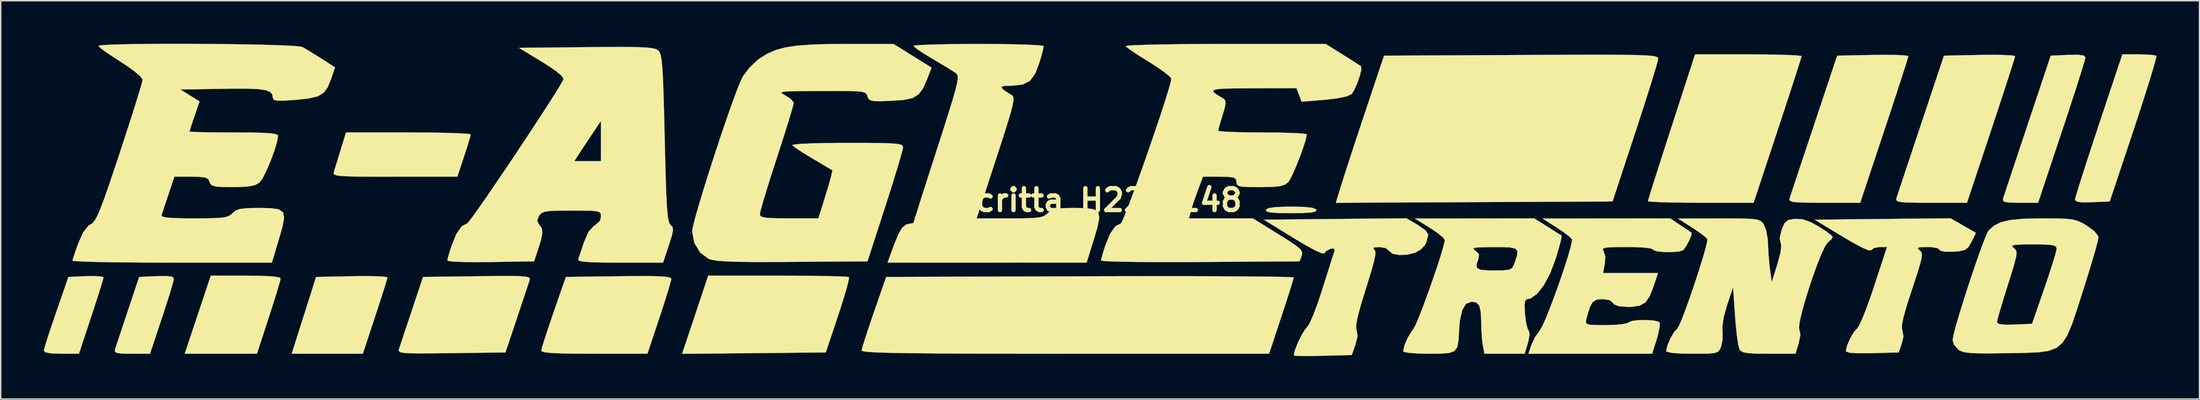
<source format=kicad_pcb>
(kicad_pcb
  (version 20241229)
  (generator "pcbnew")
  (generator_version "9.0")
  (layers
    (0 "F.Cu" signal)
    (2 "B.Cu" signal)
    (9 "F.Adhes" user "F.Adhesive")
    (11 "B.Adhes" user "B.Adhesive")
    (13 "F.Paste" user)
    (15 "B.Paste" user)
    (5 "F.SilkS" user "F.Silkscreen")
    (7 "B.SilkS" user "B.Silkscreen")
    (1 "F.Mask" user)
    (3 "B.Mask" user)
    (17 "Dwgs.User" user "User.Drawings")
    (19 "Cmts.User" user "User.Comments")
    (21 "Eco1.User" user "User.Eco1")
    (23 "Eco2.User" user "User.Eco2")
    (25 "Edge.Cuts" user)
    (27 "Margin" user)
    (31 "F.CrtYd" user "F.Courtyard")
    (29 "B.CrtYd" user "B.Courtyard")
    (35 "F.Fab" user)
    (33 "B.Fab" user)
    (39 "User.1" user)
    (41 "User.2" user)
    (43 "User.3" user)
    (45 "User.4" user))
  (footprint "Scritta_H22_L148"
    (layer "F.Cu")
    (at 73.471 10.899)
    (property "Reference" "Scritta_H22_L148" (at 0 0 0) (layer "F.SilkS") (effects (font (size 1.524 1.524) (thickness 0.3))))
    (attr through_hole)
    (fp_poly (pts (xy -58.282 5.276) (xy -57.5 5.318) (xy -57.063 5.387) (xy -56.969 5.454) (xy -57.022 5.687) (xy -57.171 6.198) (xy -57.393 6.921) (xy -57.669 7.788) (xy -57.795 8.176) (xy -58.621 10.704) (xy -63.654 10.704) (xy -62.745 7.983) (xy -61.836 5.261) (xy -59.402 5.261) (xy -58.282 5.276)) (stroke (width 0.01) (type solid)) (fill yes) (layer "F.SilkS"))
    (fp_poly (pts (xy -50.358 5.303) (xy -49.813 5.329) (xy -49.546 5.371) (xy -49.53 5.386) (xy -49.584 5.597) (xy -49.734 6.088) (xy -49.958 6.797) (xy -50.238 7.659) (xy -50.387 8.112) (xy -51.244 10.704) (xy -56.201 10.704) (xy -55.351 8.028) (xy -54.502 5.352) (xy -52.016 5.302) (xy -51.114 5.293) (xy -50.358 5.303)) (stroke (width 0.01) (type solid)) (fill yes) (layer "F.SilkS"))
    (fp_poly (pts (xy -21.039 5.265) (xy -19.87 5.276) (xy -18.87 5.292) (xy -18.089 5.313) (xy -17.574 5.337) (xy -17.374 5.365) (xy -17.393 5.564) (xy -17.512 6.043) (xy -17.715 6.741) (xy -17.984 7.594) (xy -18.131 8.041) (xy -18.991 10.614) (xy -29.003 10.71) (xy -28.093 7.986) (xy -27.183 5.261) (xy -22.33 5.261) (xy -21.039 5.265)) (stroke (width 0.01) (type solid)) (fill yes) (layer "F.SilkS"))
    (fp_poly (pts (xy 14.323 0.472) (xy 14.891 0.531) (xy 15.164 0.634) (xy 15.195 0.68) (xy 15.138 0.788) (xy 14.854 0.858) (xy 14.296 0.896) (xy 13.426 0.907) (xy 12.552 0.896) (xy 11.996 0.858) (xy 11.712 0.788) (xy 11.657 0.68) (xy 11.836 0.561) (xy 12.301 0.488) (xy 13.082 0.456) (xy 13.426 0.454) (xy 14.323 0.472)) (stroke (width 0.01) (type solid)) (fill yes) (layer "F.SilkS"))
    (fp_poly (pts (xy -69.478 5.32) (xy -69.306 5.381) (xy -69.306 5.383) (xy -69.36 5.595) (xy -69.509 6.087) (xy -69.734 6.797) (xy -70.014 7.66) (xy -70.163 8.112) (xy -71.02 10.704) (xy -72.249 10.704) (xy -72.967 10.68) (xy -73.36 10.602) (xy -73.466 10.477) (xy -73.405 10.232) (xy -73.244 9.712) (xy -73.007 8.987) (xy -72.715 8.124) (xy -72.604 7.801) (xy -71.755 5.352) (xy -70.53 5.298) (xy -69.918 5.29) (xy -69.478 5.32)) (stroke (width 0.01) (type solid)) (fill yes) (layer "F.SilkS"))
    (fp_poly (pts (xy -64.541 5.339) (xy -64.409 5.46) (xy -64.407 5.48) (xy -64.462 5.729) (xy -64.613 6.253) (xy -64.84 6.984) (xy -65.121 7.855) (xy -65.239 8.209) (xy -66.07 10.704) (xy -67.337 10.704) (xy -68 10.695) (xy -68.369 10.653) (xy -68.515 10.56) (xy -68.507 10.398) (xy -68.503 10.387) (xy -68.411 10.103) (xy -68.227 9.55) (xy -67.978 8.8) (xy -67.687 7.928) (xy -67.614 7.711) (xy -66.826 5.352) (xy -65.616 5.298) (xy -64.926 5.288) (xy -64.541 5.339)) (stroke (width 0.01) (type solid)) (fill yes) (layer "F.SilkS"))
    (fp_poly (pts (xy -46.859 -4.712) (xy -45.776 -4.697) (xy -44.874 -4.673) (xy -44.201 -4.643) (xy -43.807 -4.608) (xy -43.724 -4.582) (xy -43.778 -4.357) (xy -43.921 -3.88) (xy -44.126 -3.242) (xy -44.193 -3.04) (xy -44.661 -1.633) (xy -49.013 -1.633) (xy -50.38 -1.634) (xy -51.426 -1.641) (xy -52.191 -1.656) (xy -52.718 -1.682) (xy -53.047 -1.723) (xy -53.22 -1.781) (xy -53.278 -1.859) (xy -53.267 -1.95) (xy -53.166 -2.279) (xy -52.996 -2.833) (xy -52.794 -3.493) (xy -52.418 -4.717) (xy -48.071 -4.717) (xy -46.859 -4.712)) (stroke (width 0.01) (type solid)) (fill yes) (layer "F.SilkS"))
    (fp_poly (pts (xy 73.074 -10.145) (xy 73.524 -10.105) (xy 73.702 -10.057) (xy 73.673 -9.866) (xy 73.541 -9.374) (xy 73.319 -8.627) (xy 73.02 -7.667) (xy 72.658 -6.538) (xy 72.247 -5.284) (xy 72.13 -4.932) (xy 70.455 0.091) (xy 69.245 0.144) (xy 68.555 0.155) (xy 68.17 0.104) (xy 68.037 -0.017) (xy 68.036 -0.037) (xy 68.091 -0.264) (xy 68.248 -0.789) (xy 68.492 -1.567) (xy 68.807 -2.551) (xy 69.181 -3.696) (xy 69.598 -4.957) (xy 69.684 -5.216) (xy 71.332 -10.16) (xy 72.466 -10.16) (xy 73.074 -10.145)) (stroke (width 0.01) (type solid)) (fill yes) (layer "F.SilkS"))
    (fp_poly (pts (xy -31.159 5.293) (xy -30.474 5.314) (xy -30.036 5.353) (xy -29.81 5.414) (xy -29.754 5.484) (xy -29.809 5.731) (xy -29.96 6.254) (xy -30.187 6.984) (xy -30.468 7.854) (xy -30.586 8.209) (xy -31.417 10.704) (xy -35.121 10.704) (xy -36.433 10.699) (xy -37.418 10.682) (xy -38.112 10.652) (xy -38.551 10.605) (xy -38.771 10.54) (xy -38.813 10.477) (xy -38.752 10.232) (xy -38.591 9.712) (xy -38.354 8.987) (xy -38.063 8.124) (xy -37.951 7.801) (xy -37.102 5.352) (xy -33.428 5.303) (xy -32.131 5.29) (xy -31.159 5.293)) (stroke (width 0.01) (type solid)) (fill yes) (layer "F.SilkS"))
    (fp_poly (pts (xy 68.627 -10.082) (xy 68.76 -9.962) (xy 68.761 -9.942) (xy 68.706 -9.715) (xy 68.549 -9.19) (xy 68.306 -8.412) (xy 67.99 -7.428) (xy 67.616 -6.282) (xy 67.2 -5.021) (xy 67.113 -4.763) (xy 65.466 0.181) (xy 64.198 0.181) (xy 63.536 0.172) (xy 63.167 0.13) (xy 63.021 0.037) (xy 63.029 -0.125) (xy 63.033 -0.136) (xy 63.115 -0.386) (xy 63.296 -0.933) (xy 63.561 -1.729) (xy 63.893 -2.727) (xy 64.277 -3.878) (xy 64.696 -5.137) (xy 64.738 -5.261) (xy 66.342 -10.069) (xy 67.552 -10.123) (xy 68.242 -10.133) (xy 68.627 -10.082)) (stroke (width 0.01) (type solid)) (fill yes) (layer "F.SilkS"))
    (fp_poly (pts (xy 55.601 -10.118) (xy 56.143 -10.09) (xy 56.409 -10.048) (xy 56.424 -10.033) (xy 56.369 -9.832) (xy 56.213 -9.331) (xy 55.97 -8.574) (xy 55.655 -7.606) (xy 55.283 -6.47) (xy 54.866 -5.21) (xy 54.748 -4.857) (xy 53.073 0.181) (xy 50.563 0.181) (xy 49.565 0.178) (xy 48.877 0.163) (xy 48.445 0.13) (xy 48.217 0.072) (xy 48.14 -0.019) (xy 48.156 -0.136) (xy 48.238 -0.386) (xy 48.419 -0.933) (xy 48.684 -1.729) (xy 49.016 -2.726) (xy 49.4 -3.878) (xy 49.82 -5.137) (xy 49.861 -5.261) (xy 51.466 -10.069) (xy 53.945 -10.12) (xy 54.846 -10.129) (xy 55.601 -10.118)) (stroke (width 0.01) (type solid)) (fill yes) (layer "F.SilkS"))
    (fp_poly (pts (xy 63.039 -10.118) (xy 63.582 -10.09) (xy 63.847 -10.048) (xy 63.863 -10.033) (xy 63.808 -9.832) (xy 63.652 -9.331) (xy 63.409 -8.574) (xy 63.094 -7.606) (xy 62.721 -6.47) (xy 62.304 -5.21) (xy 62.187 -4.857) (xy 60.511 0.181) (xy 58.002 0.181) (xy 57.004 0.178) (xy 56.315 0.163) (xy 55.883 0.13) (xy 55.655 0.072) (xy 55.578 -0.019) (xy 55.594 -0.136) (xy 55.676 -0.386) (xy 55.858 -0.933) (xy 56.122 -1.729) (xy 56.455 -2.726) (xy 56.838 -3.878) (xy 57.258 -5.137) (xy 57.3 -5.261) (xy 58.904 -10.069) (xy 61.384 -10.12) (xy 62.284 -10.129) (xy 63.039 -10.118)) (stroke (width 0.01) (type solid)) (fill yes) (layer "F.SilkS"))
    (fp_poly (pts (xy -40.422 5.293) (xy -39.986 5.319) (xy -39.736 5.365) (xy -39.627 5.434) (xy -39.615 5.53) (xy -39.627 5.575) (xy -39.72 5.86) (xy -39.904 6.415) (xy -40.154 7.166) (xy -40.446 8.039) (xy -40.518 8.255) (xy -41.307 10.614) (xy -45.069 10.663) (xy -46.328 10.677) (xy -47.268 10.682) (xy -47.933 10.673) (xy -48.369 10.647) (xy -48.62 10.601) (xy -48.729 10.532) (xy -48.741 10.436) (xy -48.729 10.391) (xy -48.636 10.106) (xy -48.452 9.551) (xy -48.202 8.8) (xy -47.91 7.927) (xy -47.838 7.711) (xy -47.049 5.352) (xy -43.287 5.303) (xy -42.028 5.288) (xy -41.088 5.284) (xy -40.422 5.293)) (stroke (width 0.01) (type solid)) (fill yes) (layer "F.SilkS"))
    (fp_poly (pts (xy 46.392 -10.154) (xy 47.373 -10.138) (xy 48.167 -10.113) (xy 48.718 -10.082) (xy 48.974 -10.045) (xy 48.986 -10.036) (xy 48.931 -9.838) (xy 48.776 -9.34) (xy 48.534 -8.586) (xy 48.221 -7.619) (xy 47.85 -6.484) (xy 47.435 -5.225) (xy 47.316 -4.865) (xy 45.646 0.181) (xy 41.964 0.181) (xy 40.852 0.176) (xy 39.875 0.162) (xy 39.087 0.14) (xy 38.541 0.112) (xy 38.291 0.079) (xy 38.281 0.071) (xy 38.335 -0.123) (xy 38.488 -0.618) (xy 38.725 -1.371) (xy 39.033 -2.337) (xy 39.397 -3.472) (xy 39.805 -4.733) (xy 39.924 -5.1) (xy 41.566 -10.16) (xy 45.276 -10.16) (xy 46.392 -10.154)) (stroke (width 0.01) (type solid)) (fill yes) (layer "F.SilkS"))
    (fp_poly (pts (xy 35.993 -10.132) (xy 36.936 -10.123) (xy 37.66 -10.108) (xy 38.192 -10.086) (xy 38.563 -10.055) (xy 38.8 -10.015) (xy 38.932 -9.965) (xy 38.988 -9.904) (xy 38.997 -9.844) (xy 38.939 -9.594) (xy 38.781 -9.046) (xy 38.538 -8.25) (xy 38.224 -7.252) (xy 37.854 -6.1) (xy 37.444 -4.842) (xy 37.403 -4.717) (xy 35.819 0.091) (xy 26.179 0.138) (xy 16.538 0.185) (xy 16.974 -1.223) (xy 17.166 -1.831) (xy 17.449 -2.705) (xy 17.797 -3.768) (xy 18.184 -4.94) (xy 18.585 -6.145) (xy 18.653 -6.35) (xy 19.898 -10.069) (xy 29.452 -10.116) (xy 31.56 -10.126) (xy 33.334 -10.133) (xy 34.802 -10.135) (xy 35.993 -10.132)) (stroke (width 0.01) (type solid)) (fill yes) (layer "F.SilkS"))
    (fp_poly (pts (xy 5.761 5.299) (xy 7.589 5.303) (xy 9.226 5.31) (xy 10.645 5.32) (xy 11.819 5.332) (xy 12.72 5.347) (xy 13.32 5.365) (xy 13.593 5.384) (xy 13.607 5.39) (xy 13.553 5.599) (xy 13.404 6.09) (xy 13.179 6.797) (xy 12.899 7.659) (xy 12.75 8.112) (xy 11.893 10.704) (xy -2.309 10.704) (xy -5.011 10.703) (xy -7.371 10.7) (xy -9.408 10.694) (xy -11.142 10.684) (xy -12.593 10.672) (xy -13.78 10.656) (xy -14.724 10.636) (xy -15.445 10.611) (xy -15.962 10.582) (xy -16.295 10.548) (xy -16.465 10.509) (xy -16.497 10.477) (xy -16.436 10.232) (xy -16.276 9.712) (xy -16.039 8.987) (xy -15.747 8.124) (xy -15.636 7.801) (xy -14.786 5.352) (xy -0.59 5.306) (xy 1.645 5.3) (xy 3.771 5.298) (xy 5.761 5.299)) (stroke (width 0.01) (type solid)) (fill yes) (layer "F.SilkS"))
    (fp_poly (pts (xy 60.251 1.773) (xy 61.133 2.283) (xy 60.82 2.91) (xy 60.603 3.282) (xy 60.353 3.478) (xy 59.942 3.564) (xy 59.554 3.593) (xy 58.968 3.593) (xy 58.645 3.519) (xy 58.601 3.457) (xy 58.438 3.343) (xy 58.02 3.275) (xy 57.75 3.266) (xy 57.257 3.279) (xy 57.075 3.332) (xy 57.151 3.448) (xy 57.208 3.493) (xy 57.32 3.605) (xy 57.369 3.773) (xy 57.343 4.054) (xy 57.232 4.504) (xy 57.025 5.178) (xy 56.71 6.133) (xy 56.673 6.243) (xy 56.318 7.341) (xy 56.09 8.14) (xy 55.981 8.677) (xy 55.981 8.989) (xy 56.008 9.055) (xy 56.084 9.503) (xy 55.972 9.979) (xy 55.758 10.614) (xy 53.914 10.665) (xy 52.954 10.673) (xy 52.34 10.635) (xy 52.08 10.55) (xy 52.07 10.523) (xy 52.159 10.126) (xy 52.374 9.627) (xy 52.637 9.181) (xy 52.851 8.954) (xy 52.997 8.736) (xy 53.226 8.233) (xy 53.511 7.51) (xy 53.829 6.626) (xy 54.029 6.032) (xy 54.936 3.266) (xy 54.425 3.266) (xy 54.03 3.336) (xy 53.841 3.488) (xy 53.658 3.498) (xy 53.2 3.306) (xy 52.486 2.921) (xy 51.832 2.535) (xy 49.897 1.361) (xy 54.633 1.312) (xy 59.368 1.264) (xy 60.251 1.773)) (stroke (width 0.01) (type solid)) (fill yes) (layer "F.SilkS"))
    (fp_poly (pts (xy 22.263 1.736) (xy 22.788 2.103) (xy 22.976 2.392) (xy 22.964 2.48) (xy 22.87 2.816) (xy 22.86 2.911) (xy 22.74 3.137) (xy 22.463 3.44) (xy 22.052 3.671) (xy 21.504 3.8) (xy 20.939 3.821) (xy 20.48 3.73) (xy 20.254 3.538) (xy 19.997 3.333) (xy 19.555 3.268) (xy 19.185 3.301) (xy 19.164 3.397) (xy 19.208 3.429) (xy 19.287 3.551) (xy 19.29 3.805) (xy 19.206 4.24) (xy 19.025 4.904) (xy 18.736 5.849) (xy 18.633 6.173) (xy 18.287 7.297) (xy 18.066 8.118) (xy 17.96 8.67) (xy 17.961 8.988) (xy 17.986 9.052) (xy 18.056 9.47) (xy 17.908 10.069) (xy 17.653 10.795) (xy 15.63 10.846) (xy 14.823 10.861) (xy 14.168 10.86) (xy 13.74 10.847) (xy 13.607 10.824) (xy 13.691 10.451) (xy 13.899 9.923) (xy 14.163 9.386) (xy 14.415 8.986) (xy 14.506 8.89) (xy 14.702 8.6) (xy 14.967 8.012) (xy 15.28 7.177) (xy 15.613 6.169) (xy 15.895 5.27) (xy 16.142 4.488) (xy 16.332 3.892) (xy 16.443 3.55) (xy 16.459 3.506) (xy 16.397 3.365) (xy 16.171 3.388) (xy 15.847 3.562) (xy 15.749 3.708) (xy 15.579 3.71) (xy 15.145 3.523) (xy 14.478 3.164) (xy 13.612 2.648) (xy 13.608 2.646) (xy 11.522 1.361) (xy 16.489 1.312) (xy 21.457 1.264) (xy 22.263 1.736)) (stroke (width 0.01) (type solid)) (fill yes) (layer "F.SilkS"))
    (fp_poly (pts (xy 40.553 1.752) (xy 40.986 2.041) (xy 41.271 2.233) (xy 41.327 2.272) (xy 41.307 2.452) (xy 41.163 2.801) (xy 40.964 3.18) (xy 40.776 3.452) (xy 40.734 3.49) (xy 40.449 3.577) (xy 39.979 3.619) (xy 39.447 3.618) (xy 38.975 3.577) (xy 38.684 3.498) (xy 38.644 3.447) (xy 38.472 3.363) (xy 37.988 3.302) (xy 37.245 3.27) (xy 36.808 3.266) (xy 35.978 3.272) (xy 35.458 3.297) (xy 35.194 3.35) (xy 35.135 3.438) (xy 35.186 3.524) (xy 35.314 3.927) (xy 35.278 4.431) (xy 35.157 5.08) (xy 38.985 5.08) (xy 38.699 5.942) (xy 38.413 6.683) (xy 38.104 7.134) (xy 37.692 7.362) (xy 37.095 7.436) (xy 36.912 7.439) (xy 36.272 7.399) (xy 35.933 7.271) (xy 35.857 7.166) (xy 35.594 6.961) (xy 35.108 6.894) (xy 34.706 6.936) (xy 34.432 7.11) (xy 34.226 7.487) (xy 34.031 8.14) (xy 34 8.263) (xy 33.957 8.483) (xy 34.01 8.616) (xy 34.227 8.682) (xy 34.677 8.706) (xy 35.348 8.709) (xy 36.043 8.687) (xy 36.589 8.631) (xy 36.893 8.551) (xy 36.921 8.527) (xy 37.159 8.42) (xy 37.624 8.362) (xy 38.181 8.352) (xy 38.697 8.391) (xy 39.04 8.478) (xy 39.097 8.526) (xy 39.106 8.785) (xy 39.015 9.267) (xy 38.893 9.705) (xy 38.578 10.704) (xy 29.955 10.704) (xy 30.151 10.115) (xy 30.422 9.544) (xy 30.754 9.071) (xy 30.925 8.778) (xy 31.173 8.224) (xy 31.472 7.478) (xy 31.799 6.609) (xy 32.128 5.687) (xy 32.437 4.781) (xy 32.699 3.961) (xy 32.891 3.296) (xy 32.988 2.856) (xy 32.99 2.726) (xy 32.815 2.544) (xy 32.419 2.242) (xy 31.931 1.914) (xy 30.934 1.279) (xy 35.382 1.275) (xy 39.83 1.27) (xy 40.553 1.752)) (stroke (width 0.01) (type solid)) (fill yes) (layer "F.SilkS"))
    (fp_poly (pts (xy 66.711 1.275) (xy 67.388 1.297) (xy 67.867 1.351) (xy 68.233 1.45) (xy 68.569 1.607) (xy 68.845 1.768) (xy 69.384 2.161) (xy 69.65 2.511) (xy 69.669 2.608) (xy 69.615 2.882) (xy 69.466 3.441) (xy 69.238 4.226) (xy 68.948 5.18) (xy 68.615 6.242) (xy 68.575 6.365) (xy 68.157 7.674) (xy 67.813 8.682) (xy 67.495 9.429) (xy 67.154 9.954) (xy 66.741 10.298) (xy 66.206 10.502) (xy 65.501 10.604) (xy 64.578 10.646) (xy 63.386 10.666) (xy 63.319 10.667) (xy 62.169 10.682) (xy 61.325 10.679) (xy 60.73 10.651) (xy 60.326 10.597) (xy 60.057 10.512) (xy 59.917 10.43) (xy 59.61 10.08) (xy 59.509 9.754) (xy 59.566 9.418) (xy 59.722 8.813) (xy 59.808 8.518) (xy 62.593 8.518) (xy 62.758 8.637) (xy 63.261 8.682) (xy 63.818 8.672) (xy 65.042 8.618) (xy 65.891 6.169) (xy 66.198 5.264) (xy 66.458 4.464) (xy 66.647 3.839) (xy 66.745 3.461) (xy 66.753 3.402) (xy 66.72 3.251) (xy 66.563 3.157) (xy 66.215 3.106) (xy 65.61 3.087) (xy 65.098 3.084) (xy 64.324 3.091) (xy 63.863 3.115) (xy 63.665 3.168) (xy 63.68 3.257) (xy 63.765 3.329) (xy 63.894 3.444) (xy 63.959 3.598) (xy 63.95 3.852) (xy 63.859 4.264) (xy 63.676 4.894) (xy 63.391 5.802) (xy 63.346 5.942) (xy 63.071 6.824) (xy 62.84 7.588) (xy 62.675 8.165) (xy 62.597 8.485) (xy 62.593 8.518) (xy 59.808 8.518) (xy 59.957 8.005) (xy 60.248 7.061) (xy 60.574 6.044) (xy 60.913 5.021) (xy 61.245 4.057) (xy 61.547 3.218) (xy 61.797 2.57) (xy 61.975 2.177) (xy 62.021 2.107) (xy 62.394 1.773) (xy 62.878 1.536) (xy 63.533 1.382) (xy 64.421 1.298) (xy 65.601 1.27) (xy 65.755 1.27) (xy 66.711 1.275)) (stroke (width 0.01) (type solid)) (fill yes) (layer "F.SilkS"))
    (fp_poly (pts (xy -7.106 -10.88) (xy -5.995 -10.864) (xy -5.063 -10.839) (xy -4.356 -10.808) (xy -3.925 -10.77) (xy -3.81 -10.737) (xy -3.858 -10.492) (xy -3.982 -10.021) (xy -4.092 -9.639) (xy -4.391 -8.832) (xy -4.755 -8.327) (xy -5.254 -8.063) (xy -5.96 -7.978) (xy -6.032 -7.977) (xy -6.565 -7.959) (xy -6.774 -7.887) (xy -6.661 -7.725) (xy -6.227 -7.437) (xy -6.059 -7.335) (xy -5.965 -7.253) (xy -5.918 -7.115) (xy -5.926 -6.88) (xy -6.001 -6.506) (xy -6.151 -5.951) (xy -6.388 -5.173) (xy -6.721 -4.13) (xy -7.109 -2.935) (xy -8.482 1.27) (xy -6.174 1.27) (xy -5.206 1.265) (xy -4.534 1.243) (xy -4.09 1.196) (xy -3.806 1.113) (xy -3.616 0.986) (xy -3.538 0.907) (xy -3.316 0.722) (xy -3.002 0.612) (xy -2.509 0.559) (xy -1.745 0.544) (xy -1.718 0.544) (xy -0.863 0.559) (xy -0.305 0.642) (xy -0.009 0.847) (xy 0.062 1.231) (xy -0.055 1.849) (xy -0.307 2.705) (xy -0.816 4.349) (xy -7.753 4.352) (xy -14.69 4.354) (xy -14.252 3.148) (xy -13.942 2.382) (xy -13.663 1.913) (xy -13.37 1.684) (xy -13.108 1.636) (xy -12.897 1.595) (xy -12.881 1.574) (xy -12.828 1.393) (xy -12.676 0.91) (xy -12.441 0.168) (xy -12.135 -0.789) (xy -11.773 -1.917) (xy -11.368 -3.174) (xy -11.247 -3.552) (xy -10.777 -5.011) (xy -10.412 -6.164) (xy -10.14 -7.049) (xy -9.954 -7.705) (xy -9.842 -8.168) (xy -9.797 -8.479) (xy -9.808 -8.674) (xy -9.865 -8.793) (xy -9.931 -8.854) (xy -10.234 -9.053) (xy -10.753 -9.372) (xy -11.39 -9.75) (xy -11.564 -9.852) (xy -12.165 -10.215) (xy -12.621 -10.52) (xy -12.861 -10.716) (xy -12.879 -10.75) (xy -12.707 -10.787) (xy -12.219 -10.82) (xy -11.467 -10.848) (xy -10.497 -10.869) (xy -9.358 -10.882) (xy -8.346 -10.886) (xy -7.106 -10.88)) (stroke (width 0.01) (type solid)) (fill yes) (layer "F.SilkS"))
    (fp_poly (pts (xy 44.292 1.275) (xy 45.064 1.286) (xy 45.59 1.314) (xy 45.928 1.367) (xy 46.137 1.453) (xy 46.274 1.579) (xy 46.345 1.673) (xy 46.519 2.1) (xy 46.627 2.709) (xy 46.643 2.989) (xy 46.681 3.768) (xy 46.757 4.594) (xy 46.784 4.808) (xy 46.908 5.715) (xy 47.303 4.452) (xy 47.515 3.662) (xy 47.573 3.152) (xy 47.525 2.982) (xy 47.461 2.643) (xy 47.597 2.068) (xy 47.794 1.606) (xy 48.045 1.389) (xy 48.483 1.307) (xy 48.521 1.303) (xy 49.056 1.332) (xy 49.633 1.537) (xy 50.182 1.841) (xy 50.691 2.168) (xy 51.045 2.434) (xy 51.163 2.568) (xy 51.031 2.764) (xy 50.812 2.947) (xy 50.627 3.205) (xy 50.378 3.73) (xy 50.09 4.449) (xy 49.784 5.293) (xy 49.484 6.191) (xy 49.213 7.072) (xy 48.995 7.866) (xy 48.851 8.503) (xy 48.806 8.911) (xy 48.83 9.012) (xy 48.906 9.376) (xy 48.787 9.965) (xy 48.565 10.704) (xy 46.696 10.704) (xy 45.832 10.696) (xy 45.262 10.664) (xy 44.917 10.597) (xy 44.728 10.486) (xy 44.657 10.387) (xy 44.576 10.082) (xy 44.489 9.505) (xy 44.406 8.744) (xy 44.352 8.074) (xy 44.215 6.078) (xy 43.8 7.304) (xy 43.561 8.158) (xy 43.465 8.855) (xy 43.478 9.118) (xy 43.486 9.704) (xy 43.381 10.205) (xy 43.282 10.432) (xy 43.149 10.576) (xy 42.907 10.658) (xy 42.484 10.694) (xy 41.805 10.704) (xy 41.37 10.704) (xy 40.49 10.686) (xy 39.879 10.635) (xy 39.577 10.555) (xy 39.551 10.517) (xy 39.639 10.129) (xy 39.851 9.633) (xy 40.111 9.187) (xy 40.324 8.954) (xy 40.451 8.745) (xy 40.659 8.258) (xy 40.924 7.562) (xy 41.222 6.727) (xy 41.531 5.823) (xy 41.827 4.92) (xy 42.086 4.086) (xy 42.286 3.392) (xy 42.403 2.907) (xy 42.419 2.711) (xy 42.247 2.537) (xy 41.854 2.241) (xy 41.366 1.914) (xy 40.368 1.279) (xy 43.215 1.275) (xy 44.292 1.275)) (stroke (width 0.01) (type solid)) (fill yes) (layer "F.SilkS"))
    (fp_poly (pts (xy 31.281 1.849) (xy 31.782 2.164) (xy 32.144 2.393) (xy 32.272 2.477) (xy 32.252 2.66) (xy 32.141 3.108) (xy 31.96 3.743) (xy 31.847 4.11) (xy 31.47 5.108) (xy 31.028 5.934) (xy 30.558 6.534) (xy 30.099 6.855) (xy 29.894 6.894) (xy 29.748 6.971) (xy 29.69 7.249) (xy 29.708 7.801) (xy 29.718 7.938) (xy 29.792 8.522) (xy 29.894 8.946) (xy 29.975 9.091) (xy 30.042 9.335) (xy 29.956 9.832) (xy 29.922 9.953) (xy 29.697 10.704) (xy 26.897 10.704) (xy 26.783 10.137) (xy 26.716 9.615) (xy 26.676 8.937) (xy 26.67 8.61) (xy 26.642 7.844) (xy 26.541 7.375) (xy 26.338 7.14) (xy 26.011 7.076) (xy 25.616 7.221) (xy 25.341 7.669) (xy 25.176 8.438) (xy 25.127 9.071) (xy 25.088 9.779) (xy 25 10.245) (xy 24.798 10.521) (xy 24.419 10.656) (xy 23.797 10.7) (xy 23.022 10.704) (xy 22.26 10.688) (xy 21.661 10.645) (xy 21.299 10.582) (xy 21.227 10.535) (xy 21.324 10.108) (xy 21.56 9.567) (xy 21.857 9.083) (xy 21.942 8.981) (xy 22.087 8.715) (xy 22.317 8.176) (xy 22.605 7.436) (xy 22.926 6.568) (xy 23.254 5.646) (xy 23.563 4.74) (xy 23.828 3.925) (xy 23.997 3.361) (xy 26.115 3.361) (xy 26.156 3.447) (xy 26.238 3.499) (xy 26.509 3.757) (xy 26.477 4.082) (xy 26.342 4.49) (xy 26.375 4.734) (xy 26.632 4.855) (xy 27.169 4.895) (xy 27.559 4.899) (xy 28.22 4.892) (xy 28.61 4.847) (xy 28.822 4.728) (xy 28.949 4.498) (xy 29.011 4.327) (xy 29.164 3.849) (xy 29.189 3.542) (xy 29.033 3.368) (xy 28.643 3.29) (xy 27.967 3.271) (xy 27.532 3.272) (xy 26.757 3.282) (xy 26.3 3.309) (xy 26.115 3.361) (xy 23.997 3.361) (xy 24.023 3.273) (xy 24.122 2.857) (xy 24.13 2.781) (xy 23.986 2.585) (xy 23.609 2.276) (xy 23.087 1.924) (xy 22.044 1.28) (xy 26.201 1.275) (xy 30.358 1.27) (xy 31.281 1.849)) (stroke (width 0.01) (type solid)) (fill yes) (layer "F.SilkS"))
    (fp_poly (pts (xy -32.214 -10.667) (xy -31.59 -10.643) (xy -31.159 -10.603) (xy -30.879 -10.546) (xy -30.708 -10.468) (xy -30.659 -10.43) (xy -30.572 -10.319) (xy -30.5 -10.133) (xy -30.441 -9.834) (xy -30.392 -9.385) (xy -30.35 -8.748) (xy -30.312 -7.884) (xy -30.276 -6.757) (xy -30.239 -5.327) (xy -30.215 -4.311) (xy -30.175 -2.666) (xy -30.138 -1.348) (xy -30.099 -0.321) (xy -30.058 0.452) (xy -30.012 1.007) (xy -29.957 1.379) (xy -29.892 1.606) (xy -29.815 1.722) (xy -29.803 1.732) (xy -29.667 1.877) (xy -29.636 2.098) (xy -29.717 2.483) (xy -29.917 3.118) (xy -29.926 3.145) (xy -30.328 4.354) (xy -33.326 4.354) (xy -34.479 4.348) (xy -35.308 4.328) (xy -35.852 4.29) (xy -36.152 4.233) (xy -36.245 4.152) (xy -36.241 4.128) (xy -36.14 3.837) (xy -35.971 3.332) (xy -35.84 2.936) (xy -35.528 2.212) (xy -35.168 1.816) (xy -35.088 1.773) (xy -34.723 1.445) (xy -34.653 1.15) (xy -34.665 0.967) (xy -34.744 0.845) (xy -34.952 0.774) (xy -35.351 0.739) (xy -36.004 0.727) (xy -36.696 0.726) (xy -37.592 0.731) (xy -38.195 0.755) (xy -38.575 0.809) (xy -38.8 0.905) (xy -38.941 1.053) (xy -38.969 1.096) (xy -39.105 1.428) (xy -38.968 1.696) (xy -38.922 1.744) (xy -38.77 1.973) (xy -38.738 2.293) (xy -38.833 2.783) (xy -39.062 3.519) (xy -39.099 3.629) (xy -39.315 4.264) (xy -42.336 4.313) (xy -43.337 4.321) (xy -44.198 4.311) (xy -44.859 4.286) (xy -45.261 4.246) (xy -45.357 4.21) (xy -45.304 3.962) (xy -45.167 3.495) (xy -45.06 3.162) (xy -44.724 2.347) (xy -44.364 1.826) (xy -44.004 1.633) (xy -43.986 1.633) (xy -43.85 1.488) (xy -43.545 1.081) (xy -43.101 0.457) (xy -42.546 -0.343) (xy -41.909 -1.275) (xy -41.219 -2.295) (xy -40.933 -2.721) (xy -36.509 -2.721) (xy -34.653 -2.721) (xy -34.653 -5.529) (xy -35.258 -4.624) (xy -35.651 -4.034) (xy -36.013 -3.486) (xy -36.186 -3.22) (xy -36.509 -2.721) (xy -40.933 -2.721) (xy -40.505 -3.361) (xy -39.796 -4.429) (xy -39.12 -5.456) (xy -38.506 -6.399) (xy -37.984 -7.215) (xy -37.582 -7.861) (xy -37.328 -8.294) (xy -37.26 -8.433) (xy -37.368 -8.642) (xy -37.776 -8.988) (xy -38.46 -9.451) (xy -38.768 -9.642) (xy -40.368 -10.614) (xy -35.668 -10.662) (xy -34.211 -10.674) (xy -33.073 -10.677) (xy -32.214 -10.667)) (stroke (width 0.01) (type solid)) (fill yes) (layer "F.SilkS"))
    (fp_poly (pts (xy -12.947 -10.06) (xy -11.622 -9.234) (xy -11.915 -8.472) (xy -12.205 -7.809) (xy -12.523 -7.374) (xy -12.951 -7.115) (xy -13.576 -6.981) (xy -14.441 -6.921) (xy -15.194 -6.895) (xy -15.661 -6.907) (xy -15.918 -6.969) (xy -16.041 -7.097) (xy -16.09 -7.238) (xy -16.14 -7.377) (xy -16.243 -7.477) (xy -16.451 -7.544) (xy -16.816 -7.585) (xy -17.391 -7.605) (xy -18.226 -7.611) (xy -19.298 -7.608) (xy -20.42 -7.603) (xy -21.219 -7.592) (xy -21.737 -7.572) (xy -22.013 -7.536) (xy -22.088 -7.481) (xy -22.002 -7.402) (xy -21.817 -7.303) (xy -21.427 -7.05) (xy -21.232 -6.806) (xy -21.227 -6.772) (xy -21.282 -6.535) (xy -21.433 -6.008) (xy -21.666 -5.246) (xy -21.962 -4.305) (xy -22.305 -3.24) (xy -22.406 -2.93) (xy -22.76 -1.835) (xy -23.072 -0.845) (xy -23.324 -0.016) (xy -23.499 0.596) (xy -23.582 0.935) (xy -23.586 0.972) (xy -23.543 1.103) (xy -23.377 1.189) (xy -23.026 1.239) (xy -22.432 1.262) (xy -21.545 1.267) (xy -19.504 1.265) (xy -18.993 -0.384) (xy -18.779 -1.098) (xy -18.621 -1.666) (xy -18.542 -2.011) (xy -18.539 -2.078) (xy -18.711 -2.184) (xy -19.12 -2.428) (xy -19.688 -2.765) (xy -19.915 -2.898) (xy -20.531 -3.272) (xy -21.019 -3.589) (xy -21.299 -3.797) (xy -21.332 -3.833) (xy -21.189 -3.88) (xy -20.731 -3.922) (xy -20.006 -3.955) (xy -19.062 -3.979) (xy -17.945 -3.991) (xy -17.519 -3.991) (xy -16.228 -3.989) (xy -15.256 -3.981) (xy -14.558 -3.963) (xy -14.089 -3.931) (xy -13.805 -3.882) (xy -13.662 -3.812) (xy -13.614 -3.718) (xy -13.611 -3.674) (xy -13.667 -3.414) (xy -13.82 -2.864) (xy -14.053 -2.079) (xy -14.351 -1.113) (xy -14.698 -0.021) (xy -14.851 0.454) (xy -16.086 4.264) (xy -21.333 4.303) (xy -22.944 4.312) (xy -24.232 4.31) (xy -25.233 4.295) (xy -25.989 4.268) (xy -26.536 4.225) (xy -26.914 4.165) (xy -27.157 4.09) (xy -27.747 3.649) (xy -28.151 2.978) (xy -28.303 2.191) (xy -28.303 2.186) (xy -28.245 1.838) (xy -28.084 1.204) (xy -27.837 0.34) (xy -27.524 -0.699) (xy -27.162 -1.856) (xy -26.769 -3.076) (xy -26.364 -4.303) (xy -25.965 -5.48) (xy -25.591 -6.553) (xy -25.258 -7.466) (xy -24.986 -8.162) (xy -24.793 -8.585) (xy -24.778 -8.612) (xy -24.337 -9.199) (xy -23.773 -9.746) (xy -23.593 -9.883) (xy -23.054 -10.213) (xy -22.475 -10.465) (xy -21.799 -10.648) (xy -20.969 -10.772) (xy -19.927 -10.846) (xy -18.617 -10.88) (xy -17.62 -10.886) (xy -14.273 -10.886) (xy -12.947 -10.06)) (stroke (width 0.01) (type solid)) (fill yes) (layer "F.SilkS"))
    (fp_poly (pts (xy 17.035 -10.135) (xy 17.61 -9.773) (xy 18.055 -9.49) (xy 18.289 -9.335) (xy 18.304 -9.324) (xy 18.319 -9.106) (xy 18.218 -8.683) (xy 18.045 -8.177) (xy 17.84 -7.709) (xy 17.647 -7.402) (xy 17.623 -7.378) (xy 17.28 -7.228) (xy 16.651 -7.096) (xy 15.812 -6.996) (xy 15.741 -6.99) (xy 14.155 -6.862) (xy 13.976 -7.332) (xy 13.798 -7.801) (xy 10.754 -7.796) (xy 9.6 -7.79) (xy 8.779 -7.773) (xy 8.26 -7.733) (xy 8.014 -7.659) (xy 8.01 -7.542) (xy 8.218 -7.37) (xy 8.608 -7.134) (xy 8.702 -7.08) (xy 8.84 -6.948) (xy 8.861 -6.715) (xy 8.761 -6.286) (xy 8.656 -5.943) (xy 8.487 -5.385) (xy 8.374 -4.977) (xy 8.346 -4.837) (xy 8.517 -4.798) (xy 8.993 -4.764) (xy 9.713 -4.738) (xy 10.62 -4.721) (xy 11.43 -4.717) (xy 12.442 -4.71) (xy 13.315 -4.689) (xy 13.989 -4.657) (xy 14.406 -4.617) (xy 14.514 -4.582) (xy 14.446 -4.226) (xy 14.267 -3.655) (xy 14.02 -2.972) (xy 13.745 -2.284) (xy 13.482 -1.695) (xy 13.273 -1.312) (xy 13.222 -1.248) (xy 12.992 -1.079) (xy 12.66 -0.975) (xy 12.142 -0.923) (xy 11.355 -0.907) (xy 11.249 -0.907) (xy 10.473 -0.913) (xy 9.991 -0.942) (xy 9.733 -1.008) (xy 9.632 -1.127) (xy 9.616 -1.27) (xy 9.579 -1.467) (xy 9.413 -1.577) (xy 9.04 -1.624) (xy 8.449 -1.633) (xy 7.283 -1.633) (xy 6.913 -0.642) (xy 6.686 -0.01) (xy 6.5 0.553) (xy 6.426 0.809) (xy 6.311 1.27) (xy 10.757 1.27) (xy 12.535 2.369) (xy 13.302 2.851) (xy 13.803 3.193) (xy 14.085 3.439) (xy 14.195 3.634) (xy 14.182 3.819) (xy 14.166 3.866) (xy 14.019 4.264) (xy 7.1 4.311) (xy 5.556 4.318) (xy 4.132 4.317) (xy 2.867 4.308) (xy 1.801 4.293) (xy 0.972 4.272) (xy 0.421 4.245) (xy 0.187 4.213) (xy 0.181 4.207) (xy 0.235 3.961) (xy 0.371 3.496) (xy 0.479 3.162) (xy 0.816 2.344) (xy 1.177 1.824) (xy 1.54 1.633) (xy 1.555 1.633) (xy 1.656 1.469) (xy 1.852 1.012) (xy 2.124 0.315) (xy 2.455 -0.572) (xy 2.826 -1.595) (xy 3.22 -2.704) (xy 3.618 -3.846) (xy 4.002 -4.968) (xy 4.354 -6.021) (xy 4.656 -6.95) (xy 4.889 -7.705) (xy 5.037 -8.233) (xy 5.08 -8.468) (xy 4.934 -8.647) (xy 4.542 -8.959) (xy 3.97 -9.353) (xy 3.531 -9.631) (xy 2.866 -10.047) (xy 2.324 -10.404) (xy 1.975 -10.653) (xy 1.887 -10.733) (xy 2.041 -10.767) (xy 2.519 -10.798) (xy 3.283 -10.826) (xy 4.295 -10.849) (xy 5.516 -10.868) (xy 6.909 -10.88) (xy 8.434 -10.885) (xy 8.814 -10.886) (xy 15.836 -10.886) (xy 17.035 -10.135)) (stroke (width 0.01) (type solid)) (fill yes) (layer "F.SilkS"))
    (fp_poly (pts (xy -63.489 -10.893) (xy -62.102 -10.887) (xy -60.73 -10.874) (xy -59.421 -10.855) (xy -58.222 -10.83) (xy -57.181 -10.8) (xy -56.345 -10.765) (xy -55.76 -10.726) (xy -55.475 -10.681) (xy -55.466 -10.677) (xy -55.103 -10.467) (xy -54.569 -10.14) (xy -54.128 -9.862) (xy -53.18 -9.255) (xy -53.452 -8.456) (xy -53.686 -7.876) (xy -53.967 -7.486) (xy -54.375 -7.239) (xy -54.986 -7.091) (xy -55.879 -6.993) (xy -55.925 -6.99) (xy -56.7 -6.936) (xy -57.179 -6.932) (xy -57.427 -6.982) (xy -57.51 -7.092) (xy -57.513 -7.128) (xy -57.553 -7.369) (xy -57.704 -7.546) (xy -58.012 -7.666) (xy -58.522 -7.738) (xy -59.279 -7.77) (xy -60.331 -7.77) (xy -60.984 -7.761) (xy -63.954 -7.711) (xy -63.285 -7.295) (xy -62.617 -6.88) (xy -62.968 -5.861) (xy -63.155 -5.308) (xy -63.282 -4.914) (xy -63.319 -4.779) (xy -63.147 -4.759) (xy -62.671 -4.741) (xy -61.951 -4.728) (xy -61.044 -4.719) (xy -60.234 -4.717) (xy -59.065 -4.712) (xy -58.216 -4.692) (xy -57.645 -4.656) (xy -57.308 -4.6) (xy -57.164 -4.521) (xy -57.15 -4.477) (xy -57.222 -4.052) (xy -57.408 -3.437) (xy -57.666 -2.738) (xy -57.952 -2.065) (xy -58.225 -1.524) (xy -58.441 -1.225) (xy -58.74 -1.054) (xy -59.187 -0.955) (xy -59.867 -0.912) (xy -60.324 -0.907) (xy -61.069 -0.916) (xy -61.527 -0.953) (xy -61.776 -1.036) (xy -61.892 -1.183) (xy -61.92 -1.27) (xy -62.017 -1.468) (xy -62.235 -1.578) (xy -62.661 -1.625) (xy -63.196 -1.633) (xy -64.378 -1.633) (xy -64.782 -0.408) (xy -64.995 0.233) (xy -65.169 0.752) (xy -65.268 1.039) (xy -65.27 1.043) (xy -65.22 1.14) (xy -64.961 1.207) (xy -64.449 1.248) (xy -63.642 1.267) (xy -63.003 1.27) (xy -62.026 1.265) (xy -61.345 1.244) (xy -60.894 1.198) (xy -60.605 1.118) (xy -60.413 0.995) (xy -60.325 0.907) (xy -60.103 0.722) (xy -59.79 0.612) (xy -59.296 0.559) (xy -58.532 0.544) (xy -58.505 0.544) (xy -57.653 0.559) (xy -57.098 0.64) (xy -56.801 0.845) (xy -56.728 1.228) (xy -56.839 1.847) (xy -57.084 2.704) (xy -57.578 4.354) (xy -64.53 4.354) (xy -66.078 4.351) (xy -67.505 4.341) (xy -68.773 4.326) (xy -69.842 4.306) (xy -70.673 4.282) (xy -71.228 4.254) (xy -71.466 4.224) (xy -71.472 4.218) (xy -71.408 3.988) (xy -71.253 3.524) (xy -71.064 2.996) (xy -70.725 2.236) (xy -70.371 1.794) (xy -70.211 1.691) (xy -70.062 1.589) (xy -69.911 1.403) (xy -69.741 1.093) (xy -69.537 0.623) (xy -69.283 -0.047) (xy -68.963 -0.955) (xy -68.563 -2.14) (xy -68.17 -3.323) (xy -67.756 -4.585) (xy -67.382 -5.743) (xy -67.064 -6.75) (xy -66.815 -7.558) (xy -66.65 -8.121) (xy -66.585 -8.392) (xy -66.584 -8.401) (xy -66.73 -8.613) (xy -67.125 -8.955) (xy -67.702 -9.374) (xy -68.123 -9.648) (xy -68.771 -10.068) (xy -69.286 -10.424) (xy -69.6 -10.67) (xy -69.665 -10.75) (xy -69.493 -10.792) (xy -69.005 -10.827) (xy -68.249 -10.855) (xy -67.272 -10.875) (xy -66.122 -10.888) (xy -64.845 -10.894) (xy -63.489 -10.893)) (stroke (width 0.01) (type solid)) (fill yes) (layer "F.SilkS")))
  (gr_rect
    (start -3 -3)
    (end 150.178 24.764)
    (stroke (width 0.1) (type default))
    (fill no)
    (layer "Edge.Cuts")))
</source>
